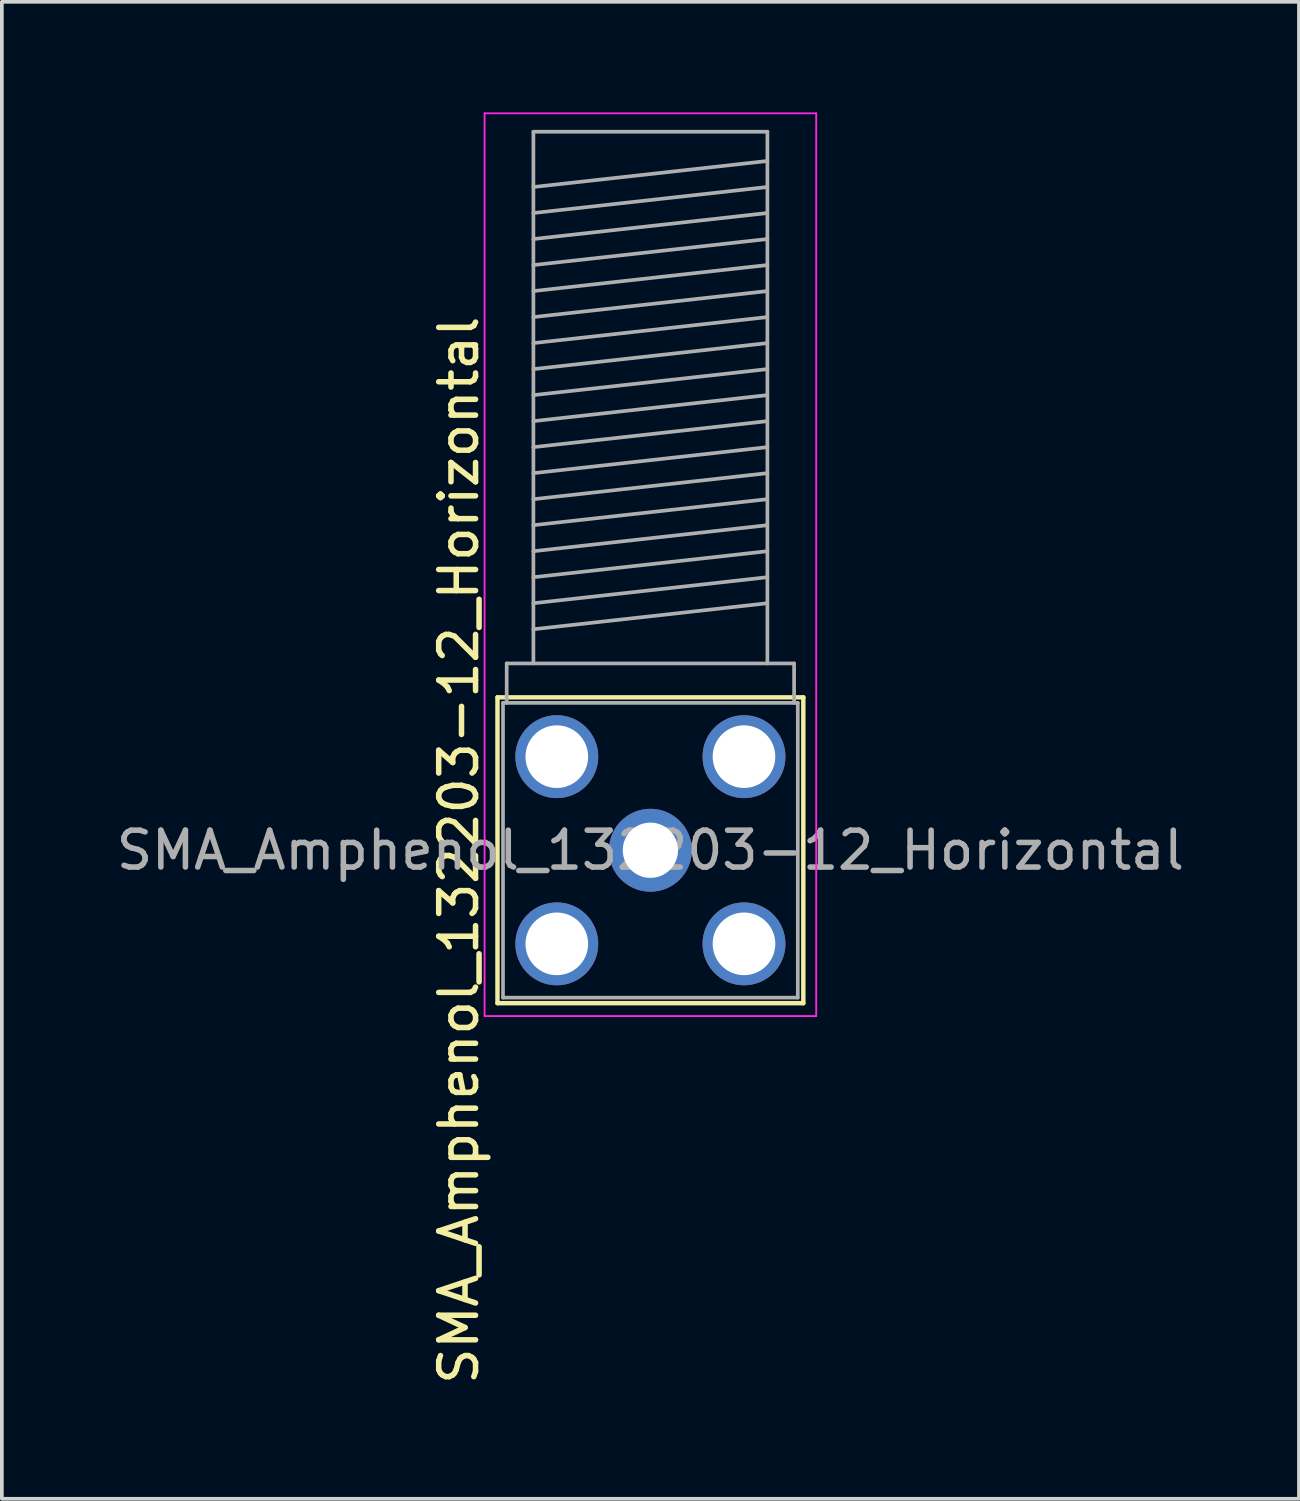
<source format=kicad_pcb>
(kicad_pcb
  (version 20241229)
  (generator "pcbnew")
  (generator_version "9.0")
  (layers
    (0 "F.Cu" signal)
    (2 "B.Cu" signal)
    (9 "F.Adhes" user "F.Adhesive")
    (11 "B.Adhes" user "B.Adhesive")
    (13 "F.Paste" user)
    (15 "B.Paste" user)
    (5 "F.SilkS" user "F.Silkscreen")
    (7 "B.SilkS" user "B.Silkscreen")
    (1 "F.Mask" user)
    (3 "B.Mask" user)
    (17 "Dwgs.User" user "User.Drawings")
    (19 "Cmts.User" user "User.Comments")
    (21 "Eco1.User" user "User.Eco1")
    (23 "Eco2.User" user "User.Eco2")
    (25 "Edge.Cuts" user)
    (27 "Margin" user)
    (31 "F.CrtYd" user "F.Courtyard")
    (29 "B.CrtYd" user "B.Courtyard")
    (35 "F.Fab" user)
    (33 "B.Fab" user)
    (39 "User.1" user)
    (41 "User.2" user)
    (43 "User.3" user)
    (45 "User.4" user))
  (footprint "SMA_Amphenol_132203-12_Horizontal"
    (layer "F.Cu")
    (at 14.601 20.025)
    (property "Reference" "SMA_Amphenol_132203-12_Horizontal" (at -5.2 0 90) (layer "F.SilkS") (effects (font (size 1 1) (thickness 0.15))))
    (attr through_hole)
    (fp_line (start -4.15 -4.15) (end -4.15 4.15) (stroke (width 0.12) (type solid)) (layer "F.SilkS"))
    (fp_line (start -4.15 -4.15) (end 4.15 -4.15) (stroke (width 0.12) (type solid)) (layer "F.SilkS"))
    (fp_line (start -4.15 4.15) (end 4.15 4.15) (stroke (width 0.12) (type solid)) (layer "F.SilkS"))
    (fp_line (start 4.15 -4.15) (end 4.15 4.15) (stroke (width 0.12) (type solid)) (layer "F.SilkS"))
    (fp_line (start -4.5 -20) (end -4.5 4.5) (stroke (width 0.05) (type solid)) (layer "F.CrtYd"))
    (fp_line (start -4.5 -20) (end 4.5 -20) (stroke (width 0.05) (type solid)) (layer "F.CrtYd"))
    (fp_line (start 4.5 4.5) (end -4.5 4.5) (stroke (width 0.05) (type solid)) (layer "F.CrtYd"))
    (fp_line (start 4.5 4.5) (end 4.5 -20) (stroke (width 0.05) (type solid)) (layer "F.CrtYd"))
    (fp_line (start -4 -4) (end -4 4) (stroke (width 0.1) (type solid)) (layer "F.Fab"))
    (fp_line (start -4 -4) (end 4 -4) (stroke (width 0.1) (type solid)) (layer "F.Fab"))
    (fp_line (start -4 4) (end 4 4) (stroke (width 0.1) (type solid)) (layer "F.Fab"))
    (fp_line (start -3.9 -5.07) (end -3.9 -4) (stroke (width 0.1) (type solid)) (layer "F.Fab"))
    (fp_line (start -3.175 -19.5) (end -3.175 -5.07) (stroke (width 0.1) (type solid)) (layer "F.Fab"))
    (fp_line (start -3.175 -19.5) (end 3.175 -19.5) (stroke (width 0.1) (type solid)) (layer "F.Fab"))
    (fp_line (start -3.175 -18) (end 3.175 -18.706) (stroke (width 0.1) (type solid)) (layer "F.Fab"))
    (fp_line (start -3.175 -17.294) (end 3.175 -18) (stroke (width 0.1) (type solid)) (layer "F.Fab"))
    (fp_line (start -3.175 -16.588) (end 3.175 -17.294) (stroke (width 0.1) (type solid)) (layer "F.Fab"))
    (fp_line (start -3.175 -15.882) (end 3.175 -16.588) (stroke (width 0.1) (type solid)) (layer "F.Fab"))
    (fp_line (start -3.175 -15.176) (end 3.175 -15.882) (stroke (width 0.1) (type solid)) (layer "F.Fab"))
    (fp_line (start -3.175 -14.47) (end 3.175 -15.176) (stroke (width 0.1) (type solid)) (layer "F.Fab"))
    (fp_line (start -3.175 -13.764) (end 3.175 -14.47) (stroke (width 0.1) (type solid)) (layer "F.Fab"))
    (fp_line (start -3.175 -13.058) (end 3.175 -13.764) (stroke (width 0.1) (type solid)) (layer "F.Fab"))
    (fp_line (start -3.175 -12.352) (end 3.175 -13.058) (stroke (width 0.1) (type solid)) (layer "F.Fab"))
    (fp_line (start -3.175 -11.646) (end 3.175 -12.352) (stroke (width 0.1) (type solid)) (layer "F.Fab"))
    (fp_line (start -3.175 -10.94) (end 3.175 -11.646) (stroke (width 0.1) (type solid)) (layer "F.Fab"))
    (fp_line (start -3.175 -10.234) (end 3.175 -10.94) (stroke (width 0.1) (type solid)) (layer "F.Fab"))
    (fp_line (start -3.175 -9.528) (end 3.175 -10.234) (stroke (width 0.1) (type solid)) (layer "F.Fab"))
    (fp_line (start -3.175 -8.822) (end 3.175 -9.528) (stroke (width 0.1) (type solid)) (layer "F.Fab"))
    (fp_line (start -3.175 -8.116) (end 3.175 -8.822) (stroke (width 0.1) (type solid)) (layer "F.Fab"))
    (fp_line (start -3.175 -7.41) (end 3.175 -8.116) (stroke (width 0.1) (type solid)) (layer "F.Fab"))
    (fp_line (start -3.175 -6.704) (end 3.175 -7.41) (stroke (width 0.1) (type solid)) (layer "F.Fab"))
    (fp_line (start -3.175 -5.998) (end 3.175 -6.704) (stroke (width 0.1) (type solid)) (layer "F.Fab"))
    (fp_line (start 3.175 -19.5) (end 3.175 -5.07) (stroke (width 0.1) (type solid)) (layer "F.Fab"))
    (fp_line (start 3.9 -5.07) (end -3.9 -5.07) (stroke (width 0.1) (type solid)) (layer "F.Fab"))
    (fp_line (start 3.9 -4) (end 3.9 -5.07) (stroke (width 0.1) (type solid)) (layer "F.Fab"))
    (fp_line (start 4 -4) (end 4 4) (stroke (width 0.1) (type solid)) (layer "F.Fab"))
    (fp_text user "${REFERENCE}" (at 0 0 0) (layer "F.Fab") (effects (font (size 1 1) (thickness 0.15))))
    (pad "1" thru_hole circle (at 0 0) (size 2.25 2.25) (drill 1.5) (layers "*.Cu" "*.Mask"))
    (pad "2" thru_hole circle (at -2.54 -2.54) (size 2.25 2.25) (drill 1.7) (layers "*.Cu" "*.Mask"))
    (pad "3" thru_hole circle (at -2.54 2.54) (size 2.25 2.25) (drill 1.7) (layers "*.Cu" "*.Mask"))
    (pad "4" thru_hole circle (at 2.54 2.54 90) (size 2.25 2.25) (drill 1.7) (layers "*.Cu" "*.Mask"))
    (pad "5" thru_hole circle (at 2.54 -2.54) (size 2.25 2.25) (drill 1.7) (layers "*.Cu" "*.Mask")))
  (gr_rect
    (start -3 -3)
    (end 32.202 37.626)
    (stroke (width 0.1) (type default))
    (fill no)
    (layer "Edge.Cuts")))
</source>
